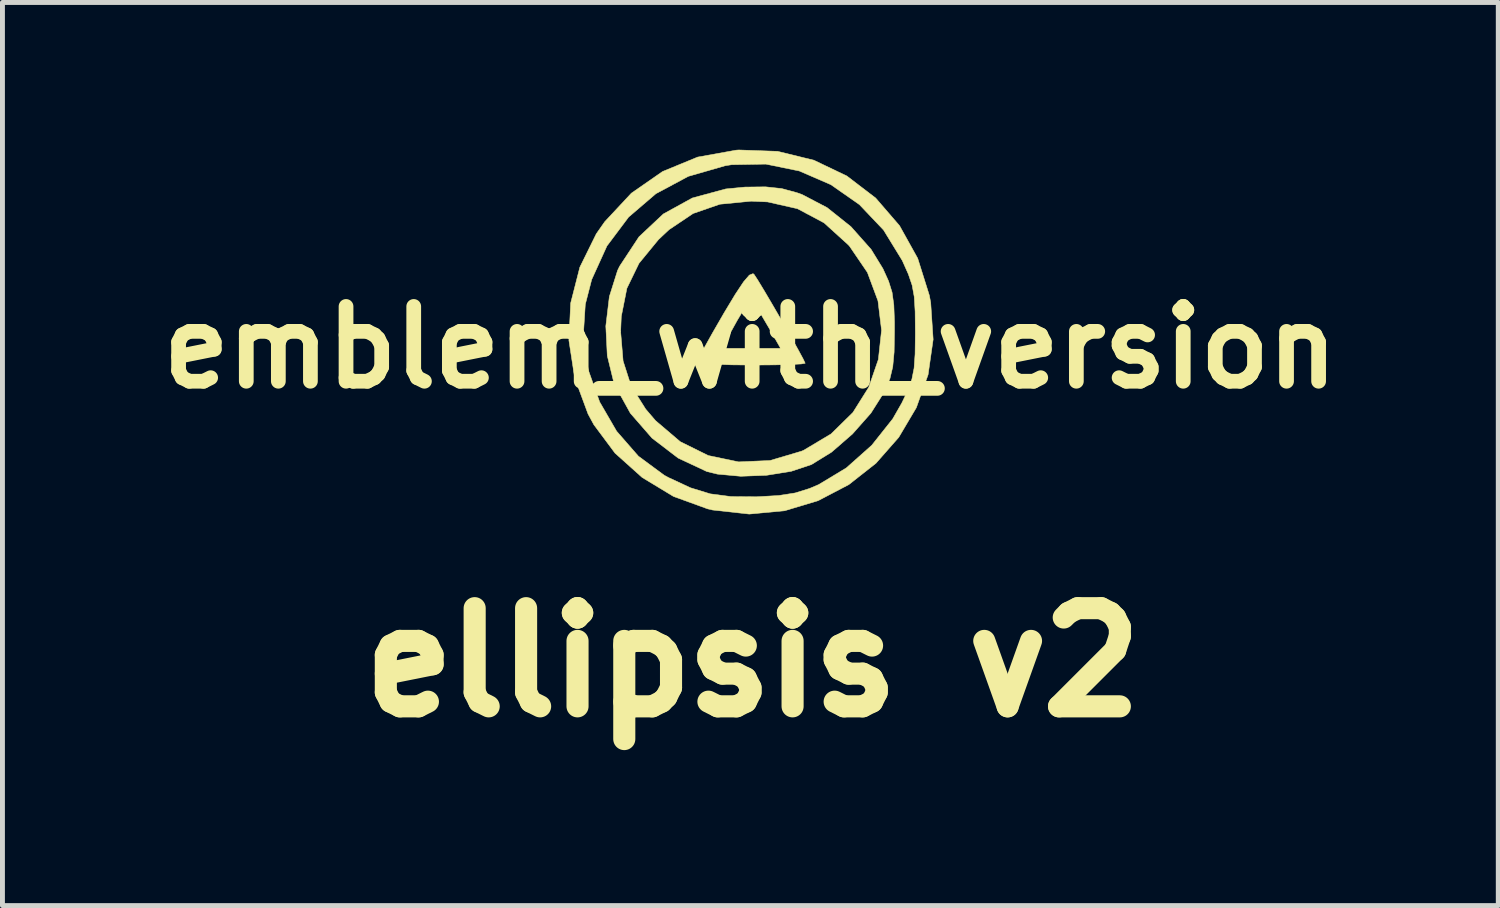
<source format=kicad_pcb>
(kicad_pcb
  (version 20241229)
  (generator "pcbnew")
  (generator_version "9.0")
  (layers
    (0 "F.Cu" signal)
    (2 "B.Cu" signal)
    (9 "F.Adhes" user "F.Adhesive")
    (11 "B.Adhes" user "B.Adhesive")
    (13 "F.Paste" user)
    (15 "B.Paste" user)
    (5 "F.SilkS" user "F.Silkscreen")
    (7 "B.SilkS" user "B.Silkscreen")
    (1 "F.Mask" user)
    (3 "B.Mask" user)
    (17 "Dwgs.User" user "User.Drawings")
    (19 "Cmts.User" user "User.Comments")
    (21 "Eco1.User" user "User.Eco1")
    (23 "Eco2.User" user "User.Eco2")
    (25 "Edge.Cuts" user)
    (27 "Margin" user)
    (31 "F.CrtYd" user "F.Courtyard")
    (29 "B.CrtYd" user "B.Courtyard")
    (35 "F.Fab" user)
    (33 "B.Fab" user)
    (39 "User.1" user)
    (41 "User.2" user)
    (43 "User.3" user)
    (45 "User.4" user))
  (footprint "emblem_with_version"
    (layer "F.Cu")
    (at 12.236 4.027)
    (property "Reference" "emblem_with_version" (at 0 0 0) (layer "F.SilkS") (effects (font (size 1.524 1.524) (thickness 0.3))))
    (attr through_hole)
    (fp_poly (pts (xy 0.075 -1.487) (xy 0.149 -1.374) (xy 0.28 -1.158) (xy 0.447 -0.875) (xy 0.63 -0.56) (xy 0.809 -0.247) (xy 0.963 0.028) (xy 1.072 0.229) (xy 1.116 0.322) (xy 1.116 0.323) (xy 1.037 0.337) (xy 0.82 0.348) (xy 0.496 0.356) (xy 0.097 0.359) (xy 0.016 0.359) (xy -0.394 0.355) (xy -0.734 0.342) (xy -0.973 0.323) (xy -1.081 0.3) (xy -1.084 0.296) (xy -1.043 0.202) (xy -0.947 0.02) (xy -0.584 0.02) (xy 0.616 0.02) (xy 0.387 -0.382) (xy 0.205 -0.692) (xy 0.078 -0.859) (xy -0.025 -0.886) (xy -0.132 -0.779) (xy -0.273 -0.542) (xy -0.305 -0.484) (xy -0.584 0.02) (xy -0.947 0.02) (xy -0.932 -0.007) (xy -0.768 -0.301) (xy -0.566 -0.651) (xy -0.548 -0.683) (xy -0.31 -1.078) (xy -0.139 -1.336) (xy -0.021 -1.473) (xy 0.054 -1.503) (xy 0.075 -1.487)) (stroke (width 0.01) (type solid)) (fill yes) (layer "F.SilkS"))
    (fp_poly (pts (xy 0.637 -3.236) (xy 0.95 -3.151) (xy 1.053 -3.114) (xy 1.562 -2.848) (xy 2.048 -2.46) (xy 2.459 -1.997) (xy 2.7 -1.604) (xy 2.815 -1.35) (xy 2.886 -1.123) (xy 2.922 -0.865) (xy 2.935 -0.522) (xy 2.935 -0.318) (xy 2.928 0.095) (xy 2.9 0.395) (xy 2.843 0.634) (xy 2.748 0.867) (xy 2.727 0.909) (xy 2.455 1.339) (xy 2.079 1.764) (xy 1.653 2.134) (xy 1.243 2.387) (xy 0.831 2.524) (xy 0.329 2.605) (xy -0.195 2.625) (xy -0.672 2.581) (xy -0.888 2.528) (xy -1.472 2.254) (xy -2.004 1.847) (xy -2.445 1.341) (xy -2.759 0.773) (xy -2.782 0.715) (xy -2.915 0.17) (xy -2.939 -0.318) (xy -2.643 -0.318) (xy -2.593 0.277) (xy -2.43 0.785) (xy -2.133 1.257) (xy -1.932 1.492) (xy -1.428 1.921) (xy -0.857 2.203) (xy -0.24 2.332) (xy 0.401 2.304) (xy 1.042 2.114) (xy 1.084 2.096) (xy 1.644 1.762) (xy 2.088 1.326) (xy 2.411 0.812) (xy 2.607 0.245) (xy 2.672 -0.35) (xy 2.599 -0.949) (xy 2.384 -1.527) (xy 2.021 -2.06) (xy 1.995 -2.089) (xy 1.501 -2.537) (xy 0.958 -2.826) (xy 0.349 -2.964) (xy 0.016 -2.979) (xy -0.621 -2.917) (xy -1.167 -2.728) (xy -1.658 -2.398) (xy -1.872 -2.197) (xy -2.269 -1.713) (xy -2.516 -1.204) (xy -2.63 -0.63) (xy -2.643 -0.318) (xy -2.939 -0.318) (xy -2.945 -0.434) (xy -2.873 -1.035) (xy -2.705 -1.569) (xy -2.663 -1.655) (xy -2.269 -2.253) (xy -1.774 -2.718) (xy -1.182 -3.044) (xy -0.502 -3.228) (xy -0.111 -3.266) (xy 0.308 -3.271) (xy 0.637 -3.236)) (stroke (width 0.01) (type solid)) (fill yes) (layer "F.SilkS"))
    (fp_poly (pts (xy 0.555 -3.994) (xy 1.294 -3.813) (xy 1.965 -3.492) (xy 2.552 -3.043) (xy 3.038 -2.48) (xy 3.408 -1.815) (xy 3.645 -1.061) (xy 3.673 -0.914) (xy 3.723 -0.162) (xy 3.62 0.556) (xy 3.381 1.226) (xy 3.022 1.832) (xy 2.558 2.36) (xy 2.005 2.795) (xy 1.38 3.122) (xy 0.699 3.327) (xy -0.024 3.395) (xy -0.771 3.312) (xy -0.873 3.288) (xy -1.566 3.036) (xy -2.205 2.649) (xy -2.757 2.154) (xy -3.189 1.574) (xy -3.307 1.356) (xy -3.58 0.617) (xy -3.697 -0.144) (xy -3.694 -0.212) (xy -3.405 -0.212) (xy -3.302 0.461) (xy -3.07 1.112) (xy -2.725 1.707) (xy -2.281 2.216) (xy -1.754 2.605) (xy -1.665 2.653) (xy -1.219 2.86) (xy -0.818 2.983) (xy -0.392 3.039) (xy 0.127 3.043) (xy 0.143 3.042) (xy 0.579 3.017) (xy 0.912 2.965) (xy 1.207 2.873) (xy 1.392 2.794) (xy 1.954 2.455) (xy 2.472 1.994) (xy 2.9 1.455) (xy 3.086 1.13) (xy 3.211 0.866) (xy 3.29 0.646) (xy 3.335 0.421) (xy 3.355 0.136) (xy 3.36 -0.26) (xy 3.36 -0.316) (xy 3.356 -0.731) (xy 3.338 -1.03) (xy 3.295 -1.266) (xy 3.218 -1.492) (xy 3.098 -1.761) (xy 3.091 -1.775) (xy 2.713 -2.391) (xy 2.221 -2.909) (xy 1.64 -3.315) (xy 0.997 -3.594) (xy 0.315 -3.734) (xy -0.38 -3.722) (xy -0.513 -3.701) (xy -1.264 -3.485) (xy -1.924 -3.132) (xy -2.481 -2.655) (xy -2.922 -2.067) (xy -3.233 -1.382) (xy -3.363 -0.877) (xy -3.405 -0.212) (xy -3.694 -0.212) (xy -3.661 -0.902) (xy -3.474 -1.634) (xy -3.139 -2.314) (xy -2.967 -2.56) (xy -2.424 -3.142) (xy -1.789 -3.583) (xy -1.075 -3.877) (xy -0.291 -4.018) (xy -0.236 -4.022) (xy 0.555 -3.994)) (stroke (width 0.01) (type solid)) (fill yes) (layer "F.SilkS"))
    (fp_text user "ellipsis v2" (at 0.05 6.41 0) (unlocked yes) (layer "F.SilkS") (effects (font (size 2 2) (thickness 0.45)))))
  (gr_rect
    (start -3 -3)
    (end 27.471 15.397)
    (stroke (width 0.1) (type default))
    (fill no)
    (layer "Edge.Cuts")))
</source>
